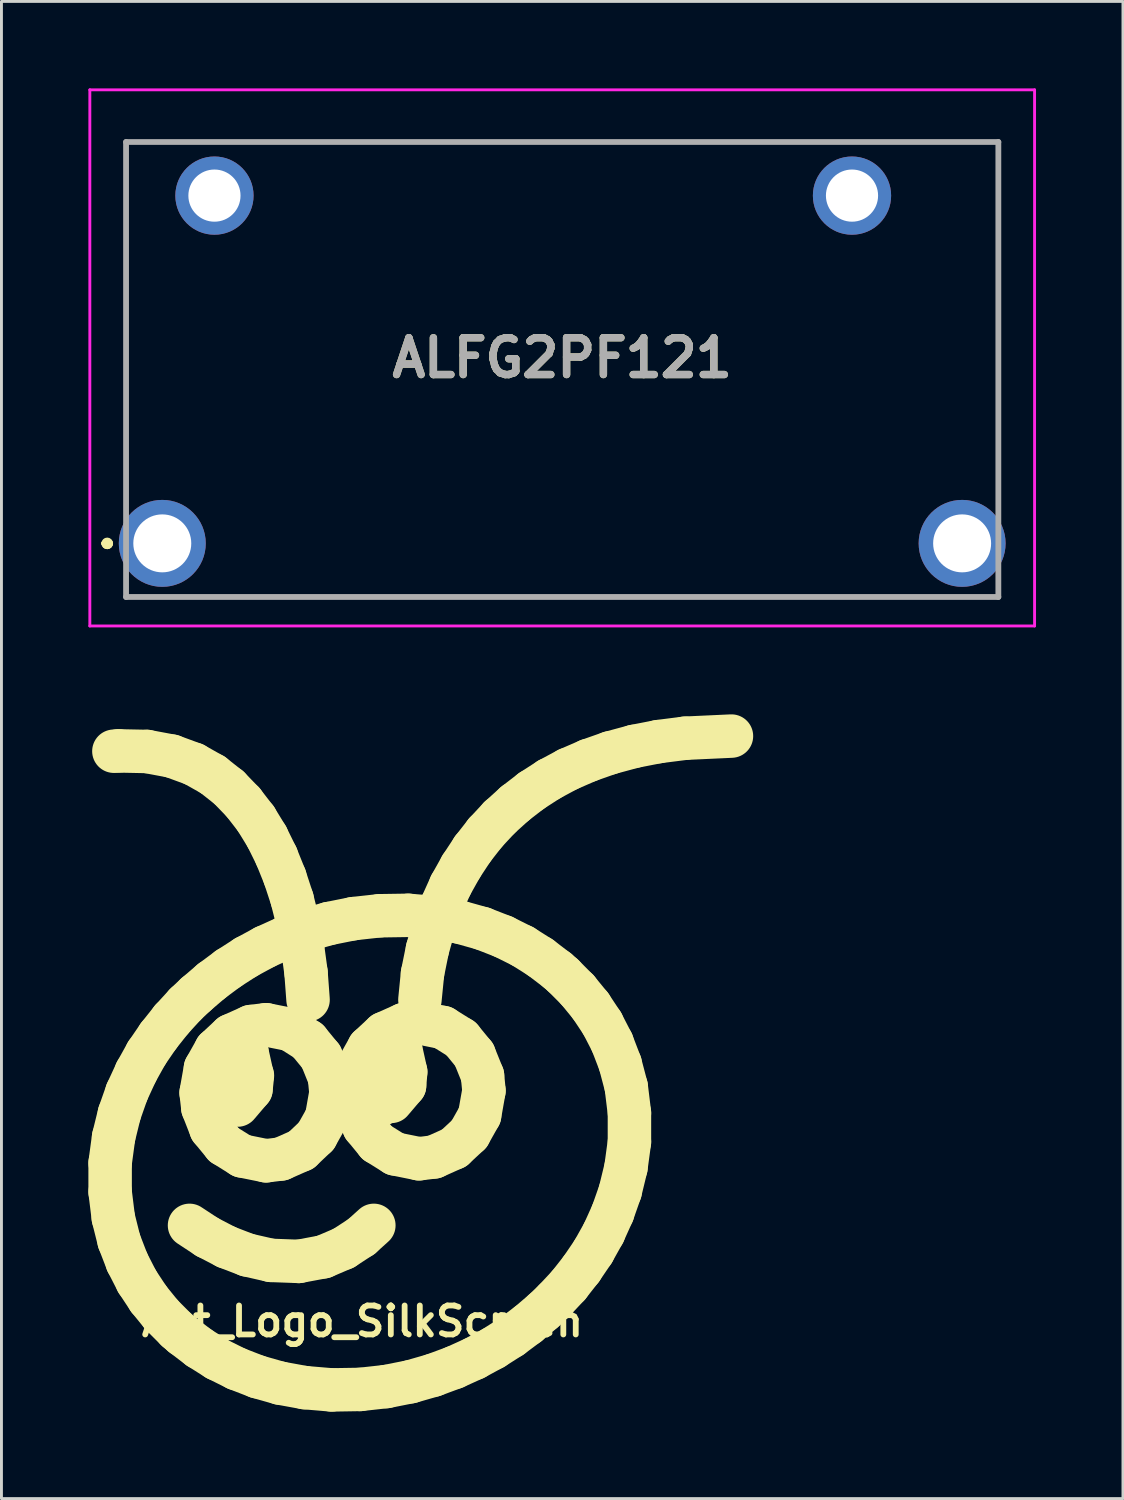
<source format=kicad_pcb>
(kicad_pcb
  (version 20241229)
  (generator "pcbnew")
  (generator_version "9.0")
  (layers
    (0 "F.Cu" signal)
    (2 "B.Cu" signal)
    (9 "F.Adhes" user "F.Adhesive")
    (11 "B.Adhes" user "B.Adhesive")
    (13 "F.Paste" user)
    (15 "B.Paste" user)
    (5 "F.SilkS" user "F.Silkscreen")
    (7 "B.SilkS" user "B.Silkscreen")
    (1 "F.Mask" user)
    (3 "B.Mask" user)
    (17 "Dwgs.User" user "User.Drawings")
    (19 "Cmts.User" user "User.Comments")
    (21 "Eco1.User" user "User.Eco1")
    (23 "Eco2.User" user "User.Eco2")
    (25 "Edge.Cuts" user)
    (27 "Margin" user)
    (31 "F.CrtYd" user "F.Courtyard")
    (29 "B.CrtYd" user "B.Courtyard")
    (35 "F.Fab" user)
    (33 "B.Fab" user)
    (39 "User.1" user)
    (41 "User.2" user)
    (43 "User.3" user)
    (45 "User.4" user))
  (footprint "ALFG2PF121"
    (layer "F.Cu")
    (at 2.55 15.7)
    (property "Reference" "ALFG2PF121" (at 13.8 -6.4 0) (layer "F.SilkS") (effects (font (size 1.27 1.27) (thickness 0.254))))
    (attr through_hole)
    (fp_line (start -2 0) (end -2 0) (stroke (width 0.2) (type solid)) (layer "F.SilkS"))
    (fp_line (start -2 0) (end -2 0) (stroke (width 0.2) (type solid)) (layer "F.SilkS"))
    (fp_line (start -1.8 0) (end -1.8 0) (stroke (width 0.2) (type solid)) (layer "F.SilkS"))
    (fp_line (start -1.25 -13.85) (end -1.25 -13.85) (stroke (width 0.1) (type solid)) (layer "F.SilkS"))
    (fp_line (start -1.25 -13.85) (end -1.25 -13.85) (stroke (width 0.1) (type solid)) (layer "F.SilkS"))
    (fp_line (start -1.25 -13.85) (end -1.25 -2.25) (stroke (width 0.1) (type solid)) (layer "F.SilkS"))
    (fp_line (start -1.25 -13.85) (end 28.8 -13.85) (stroke (width 0.1) (type solid)) (layer "F.SilkS"))
    (fp_line (start -1.25 -2.25) (end -1.25 -13.85) (stroke (width 0.1) (type solid)) (layer "F.SilkS"))
    (fp_line (start -1.25 -2.25) (end -1.25 -2.25) (stroke (width 0.1) (type solid)) (layer "F.SilkS"))
    (fp_line (start 2.3 1.85) (end 2.3 1.85) (stroke (width 0.1) (type solid)) (layer "F.SilkS"))
    (fp_line (start 2.3 1.85) (end 25.55 1.85) (stroke (width 0.1) (type solid)) (layer "F.SilkS"))
    (fp_line (start 25.55 1.85) (end 2.3 1.85) (stroke (width 0.1) (type solid)) (layer "F.SilkS"))
    (fp_line (start 25.55 1.85) (end 25.55 1.85) (stroke (width 0.1) (type solid)) (layer "F.SilkS"))
    (fp_line (start 28.8 -13.85) (end -1.25 -13.85) (stroke (width 0.1) (type solid)) (layer "F.SilkS"))
    (fp_line (start 28.8 -13.85) (end 28.8 -13.85) (stroke (width 0.1) (type solid)) (layer "F.SilkS"))
    (fp_line (start 28.85 -13.85) (end 28.85 -13.85) (stroke (width 0.1) (type solid)) (layer "F.SilkS"))
    (fp_line (start 28.85 -13.85) (end 28.85 -2.25) (stroke (width 0.1) (type solid)) (layer "F.SilkS"))
    (fp_line (start 28.85 -2.25) (end 28.85 -13.85) (stroke (width 0.1) (type solid)) (layer "F.SilkS"))
    (fp_line (start 28.85 -2.25) (end 28.85 -2.25) (stroke (width 0.1) (type solid)) (layer "F.SilkS"))
    (fp_arc (start -2 0) (mid -1.9 -0.1) (end -1.8 0) (stroke (width 0.2) (type solid)) (layer "F.SilkS"))
    (fp_arc (start -1.8 0) (mid -1.9 0.1) (end -2 0) (stroke (width 0.2) (type solid)) (layer "F.SilkS"))
    (fp_arc (start -1.8 0) (mid -1.9 0.1) (end -2 0) (stroke (width 0.2) (type solid)) (layer "F.SilkS"))
    (fp_line (start -2.5 -15.65) (end -2.5 2.85) (stroke (width 0.1) (type solid)) (layer "F.CrtYd"))
    (fp_line (start -2.5 2.85) (end 30.1 2.85) (stroke (width 0.1) (type solid)) (layer "F.CrtYd"))
    (fp_line (start 30.1 -15.65) (end -2.5 -15.65) (stroke (width 0.1) (type solid)) (layer "F.CrtYd"))
    (fp_line (start 30.1 2.85) (end 30.1 -15.65) (stroke (width 0.1) (type solid)) (layer "F.CrtYd"))
    (fp_line (start -1.25 -13.85) (end 28.85 -13.85) (stroke (width 0.2) (type solid)) (layer "F.Fab"))
    (fp_line (start -1.25 1.85) (end -1.25 -13.85) (stroke (width 0.2) (type solid)) (layer "F.Fab"))
    (fp_line (start 28.85 -13.85) (end 28.85 1.85) (stroke (width 0.2) (type solid)) (layer "F.Fab"))
    (fp_line (start 28.85 1.85) (end -1.25 1.85) (stroke (width 0.2) (type solid)) (layer "F.Fab"))
    (fp_text user "${REFERENCE}" (at 13.8 -6.4 0) (layer "F.Fab") (effects (font (size 1.27 1.27) (thickness 0.254))))
    (pad "1" thru_hole circle (at 0 0) (size 3 3) (drill 2) (layers "*.Cu" "*.Mask"))
    (pad "2" thru_hole circle (at 27.6 0) (size 3 3) (drill 2) (layers "*.Cu" "*.Mask"))
    (pad "3" thru_hole circle (at 23.8 -12) (size 2.7 2.7) (drill 1.8) (layers "*.Cu" "*.Mask"))
    (pad "4" thru_hole circle (at 1.8 -12) (size 2.7 2.7) (drill 1.8) (layers "*.Cu" "*.Mask")))
  (footprint "Ant_Logo_SilkScreen"
    (layer "F.Cu")
    (at 9.46 37.466)
    (property "Reference" "Ant_Logo_SilkScreen" (at 0 5.08 0) (layer "F.SilkS") (effects (font (size 1 1) (thickness 0.2))))
    (attr exclude_from_pos_files exclude_from_bom)
    (fp_line (start -8.71 -0.386) (end -8.59 -1.276) (stroke (width 1.5) (type solid)) (layer "F.SilkS"))
    (fp_line (start -8.71 0.614) (end -8.71 -0.386) (stroke (width 1.5) (type solid)) (layer "F.SilkS"))
    (fp_line (start -8.6 1.509) (end -8.71 0.614) (stroke (width 1.5) (type solid)) (layer "F.SilkS"))
    (fp_line (start -8.59 -1.276) (end -8.39 -2.089) (stroke (width 1.5) (type solid)) (layer "F.SilkS"))
    (fp_line (start -8.42 -14.605) (end -8.58 -14.594) (stroke (width 1.5) (type solid)) (layer "F.SilkS"))
    (fp_line (start -8.4 2.308) (end -8.6 1.509) (stroke (width 1.5) (type solid)) (layer "F.SilkS"))
    (fp_line (start -8.39 -2.089) (end -8.13 -2.83) (stroke (width 1.5) (type solid)) (layer "F.SilkS"))
    (fp_line (start -8.13 -2.83) (end -7.81 -3.525) (stroke (width 1.5) (type solid)) (layer "F.SilkS"))
    (fp_line (start -8.12 3.035) (end -8.4 2.308) (stroke (width 1.5) (type solid)) (layer "F.SilkS"))
    (fp_line (start -7.81 -3.525) (end -7.45 -4.172) (stroke (width 1.5) (type solid)) (layer "F.SilkS"))
    (fp_line (start -7.78 3.699) (end -8.12 3.035) (stroke (width 1.5) (type solid)) (layer "F.SilkS"))
    (fp_line (start -7.45 -4.172) (end -7.04 -4.77) (stroke (width 1.5) (type solid)) (layer "F.SilkS"))
    (fp_line (start -7.44 -14.585) (end -8.42 -14.605) (stroke (width 1.5) (type solid)) (layer "F.SilkS"))
    (fp_line (start -7.38 4.305) (end -7.78 3.699) (stroke (width 1.5) (type solid)) (layer "F.SilkS"))
    (fp_line (start -7.04 -4.77) (end -6.59 -5.337) (stroke (width 1.5) (type solid)) (layer "F.SilkS"))
    (fp_line (start -6.93 4.86) (end -7.38 4.305) (stroke (width 1.5) (type solid)) (layer "F.SilkS"))
    (fp_line (start -6.59 -5.337) (end -6.11 -5.861) (stroke (width 1.5) (type solid)) (layer "F.SilkS"))
    (fp_line (start -6.58 -14.424) (end -7.44 -14.585) (stroke (width 1.5) (type solid)) (layer "F.SilkS"))
    (fp_line (start -6.42 5.37) (end -6.93 4.86) (stroke (width 1.5) (type solid)) (layer "F.SilkS"))
    (fp_line (start -6.21 5.552) (end -6.42 5.37) (stroke (width 1.5) (type solid)) (layer "F.SilkS"))
    (fp_line (start -6.11 -5.861) (end -5.75 -6.2) (stroke (width 1.5) (type solid)) (layer "F.SilkS"))
    (fp_line (start -5.97 1.768) (end -5.36 2.169) (stroke (width 1.5) (type solid)) (layer "F.SilkS"))
    (fp_line (start -5.82 -14.145) (end -6.58 -14.424) (stroke (width 1.5) (type solid)) (layer "F.SilkS"))
    (fp_line (start -5.75 -6.2) (end -5.21 -6.662) (stroke (width 1.5) (type solid)) (layer "F.SilkS"))
    (fp_line (start -5.64 5.987) (end -6.21 5.552) (stroke (width 1.5) (type solid)) (layer "F.SilkS"))
    (fp_line (start -5.57 -2.808) (end -5.42 -3.657) (stroke (width 1.5) (type solid)) (layer "F.SilkS"))
    (fp_line (start -5.51 -2.282) (end -5.57 -2.808) (stroke (width 1.5) (type solid)) (layer "F.SilkS"))
    (fp_line (start -5.42 -3.657) (end -5.06 -4.299) (stroke (width 1.5) (type solid)) (layer "F.SilkS"))
    (fp_line (start -5.36 2.169) (end -4.7 2.512) (stroke (width 1.5) (type solid)) (layer "F.SilkS"))
    (fp_line (start -5.23 -1.563) (end -5.51 -2.282) (stroke (width 1.5) (type solid)) (layer "F.SilkS"))
    (fp_line (start -5.21 -6.662) (end -4.63 -7.093) (stroke (width 1.5) (type solid)) (layer "F.SilkS"))
    (fp_line (start -5.17 -13.779) (end -5.82 -14.145) (stroke (width 1.5) (type solid)) (layer "F.SilkS"))
    (fp_line (start -5.06 -4.299) (end -4.54 -4.783) (stroke (width 1.5) (type solid)) (layer "F.SilkS"))
    (fp_line (start -5.02 6.378) (end -5.64 5.987) (stroke (width 1.5) (type solid)) (layer "F.SilkS"))
    (fp_line (start -4.78 -1.015) (end -5.23 -1.563) (stroke (width 1.5) (type solid)) (layer "F.SilkS"))
    (fp_line (start -4.73 -4.312) (end -4.73 -2.278) (stroke (width 1.5) (type solid)) (layer "F.SilkS"))
    (fp_line (start -4.7 2.512) (end -3.98 2.789) (stroke (width 1.5) (type solid)) (layer "F.SilkS"))
    (fp_line (start -4.63 -7.093) (end -4.02 -7.485) (stroke (width 1.5) (type solid)) (layer "F.SilkS"))
    (fp_line (start -4.61 -13.337) (end -5.17 -13.779) (stroke (width 1.5) (type solid)) (layer "F.SilkS"))
    (fp_line (start -4.54 -4.783) (end -3.85 -5.093) (stroke (width 1.5) (type solid)) (layer "F.SilkS"))
    (fp_line (start -4.35 6.711) (end -5.02 6.378) (stroke (width 1.5) (type solid)) (layer "F.SilkS"))
    (fp_line (start -4.31 -2.384) (end -3.85 -2.925) (stroke (width 1.5) (type solid)) (layer "F.SilkS"))
    (fp_line (start -4.16 -0.628) (end -4.78 -1.015) (stroke (width 1.5) (type solid)) (layer "F.SilkS"))
    (fp_line (start -4.12 -12.829) (end -4.61 -13.337) (stroke (width 1.5) (type solid)) (layer "F.SilkS"))
    (fp_line (start -4.02 -7.485) (end -3.37 -7.838) (stroke (width 1.5) (type solid)) (layer "F.SilkS"))
    (fp_line (start -3.99 -4.213) (end -4.31 -4.419) (stroke (width 1.5) (type solid)) (layer "F.SilkS"))
    (fp_line (start -3.98 2.789) (end -3.16 2.976) (stroke (width 1.5) (type solid)) (layer "F.SilkS"))
    (fp_line (start -3.85 -5.093) (end -3.33 -5.156) (stroke (width 1.5) (type solid)) (layer "F.SilkS"))
    (fp_line (start -3.85 -2.925) (end -3.8 -3.401) (stroke (width 1.5) (type solid)) (layer "F.SilkS"))
    (fp_line (start -3.81 -3.401) (end -3.99 -4.213) (stroke (width 1.5) (type solid)) (layer "F.SilkS"))
    (fp_line (start -3.68 -12.261) (end -4.12 -12.829) (stroke (width 1.5) (type solid)) (layer "F.SilkS"))
    (fp_line (start -3.63 6.99) (end -4.35 6.711) (stroke (width 1.5) (type solid)) (layer "F.SilkS"))
    (fp_line (start -3.37 -7.838) (end -2.67 -8.156) (stroke (width 1.5) (type solid)) (layer "F.SilkS"))
    (fp_line (start -3.33 -5.156) (end -2.49 -4.988) (stroke (width 1.5) (type solid)) (layer "F.SilkS"))
    (fp_line (start -3.33 -0.46) (end -4.16 -0.628) (stroke (width 1.5) (type solid)) (layer "F.SilkS"))
    (fp_line (start -3.3 -11.64) (end -3.68 -12.261) (stroke (width 1.5) (type solid)) (layer "F.SilkS"))
    (fp_line (start -3.16 2.976) (end -2.2 3.011) (stroke (width 1.5) (type solid)) (layer "F.SilkS"))
    (fp_line (start -2.97 -10.97) (end -3.3 -11.64) (stroke (width 1.5) (type solid)) (layer "F.SilkS"))
    (fp_line (start -2.85 7.211) (end -3.63 6.99) (stroke (width 1.5) (type solid)) (layer "F.SilkS"))
    (fp_line (start -2.81 -0.524) (end -3.33 -0.46) (stroke (width 1.5) (type solid)) (layer "F.SilkS"))
    (fp_line (start -2.68 -10.25) (end -2.97 -10.97) (stroke (width 1.5) (type solid)) (layer "F.SilkS"))
    (fp_line (start -2.67 -8.156) (end -1.94 -8.426) (stroke (width 1.5) (type solid)) (layer "F.SilkS"))
    (fp_line (start -2.49 -4.988) (end -1.88 -4.601) (stroke (width 1.5) (type solid)) (layer "F.SilkS"))
    (fp_line (start -2.43 -9.486) (end -2.68 -10.25) (stroke (width 1.5) (type solid)) (layer "F.SilkS"))
    (fp_line (start -2.23 -8.683) (end -2.43 -9.486) (stroke (width 1.5) (type solid)) (layer "F.SilkS"))
    (fp_line (start -2.2 3.011) (end -1.35 2.852) (stroke (width 1.5) (type solid)) (layer "F.SilkS"))
    (fp_line (start -2.11 -0.833) (end -2.81 -0.524) (stroke (width 1.5) (type solid)) (layer "F.SilkS"))
    (fp_line (start -2.07 -7.838) (end -2.23 -8.683) (stroke (width 1.5) (type solid)) (layer "F.SilkS"))
    (fp_line (start -2 7.366) (end -2.85 7.211) (stroke (width 1.5) (type solid)) (layer "F.SilkS"))
    (fp_line (start -1.95 -6.955) (end -2.07 -7.838) (stroke (width 1.5) (type solid)) (layer "F.SilkS"))
    (fp_line (start -1.94 -8.426) (end -1.16 -8.648) (stroke (width 1.5) (type solid)) (layer "F.SilkS"))
    (fp_line (start -1.88 -6.017) (end -1.95 -6.955) (stroke (width 1.5) (type solid)) (layer "F.SilkS"))
    (fp_line (start -1.88 -4.601) (end -1.43 -4.052) (stroke (width 1.5) (type solid)) (layer "F.SilkS"))
    (fp_line (start -1.6 -1.317) (end -2.11 -0.833) (stroke (width 1.5) (type solid)) (layer "F.SilkS"))
    (fp_line (start -1.43 -4.052) (end -1.14 -3.332) (stroke (width 1.5) (type solid)) (layer "F.SilkS"))
    (fp_line (start -1.35 2.852) (end -0.65 2.553) (stroke (width 1.5) (type solid)) (layer "F.SilkS"))
    (fp_line (start -1.24 -1.958) (end -1.6 -1.317) (stroke (width 1.5) (type solid)) (layer "F.SilkS"))
    (fp_line (start -1.16 -8.648) (end -0.32 -8.816) (stroke (width 1.5) (type solid)) (layer "F.SilkS"))
    (fp_line (start -1.14 -3.332) (end -1.09 -2.808) (stroke (width 1.5) (type solid)) (layer "F.SilkS"))
    (fp_line (start -1.09 -2.808) (end -1.24 -1.958) (stroke (width 1.5) (type solid)) (layer "F.SilkS"))
    (fp_line (start -1.07 7.445) (end -2 7.366) (stroke (width 1.5) (type solid)) (layer "F.SilkS"))
    (fp_line (start -0.65 2.553) (end -0.04 2.155) (stroke (width 1.5) (type solid)) (layer "F.SilkS"))
    (fp_line (start -0.32 -8.816) (end 0.59 -8.916) (stroke (width 1.5) (type solid)) (layer "F.SilkS"))
    (fp_line (start -0.29 -2.878) (end -0.14 -3.727) (stroke (width 1.5) (type solid)) (layer "F.SilkS"))
    (fp_line (start -0.24 -2.352) (end -0.29 -2.878) (stroke (width 1.5) (type solid)) (layer "F.SilkS"))
    (fp_line (start -0.14 -3.727) (end 0.22 -4.369) (stroke (width 1.5) (type solid)) (layer "F.SilkS"))
    (fp_line (start -0.08 7.429) (end -1.07 7.445) (stroke (width 1.5) (type solid)) (layer "F.SilkS"))
    (fp_line (start -0.04 2.155) (end 0.39 1.768) (stroke (width 1.5) (type solid)) (layer "F.SilkS"))
    (fp_line (start 0.05 -1.633) (end -0.24 -2.352) (stroke (width 1.5) (type solid)) (layer "F.SilkS"))
    (fp_line (start 0.22 -4.369) (end 0.74 -4.853) (stroke (width 1.5) (type solid)) (layer "F.SilkS"))
    (fp_line (start 0.5 -1.085) (end 0.05 -1.633) (stroke (width 1.5) (type solid)) (layer "F.SilkS"))
    (fp_line (start 0.59 -8.916) (end 1.58 -8.931) (stroke (width 1.5) (type solid)) (layer "F.SilkS"))
    (fp_line (start 0.59 -4.412) (end 0.59 -2.378) (stroke (width 1.5) (type solid)) (layer "F.SilkS"))
    (fp_line (start 0.74 -4.853) (end 1.43 -5.162) (stroke (width 1.5) (type solid)) (layer "F.SilkS"))
    (fp_line (start 0.82 7.329) (end -0.08 7.429) (stroke (width 1.5) (type solid)) (layer "F.SilkS"))
    (fp_line (start 0.99 -2.51) (end 1.45 -3.051) (stroke (width 1.5) (type solid)) (layer "F.SilkS"))
    (fp_line (start 1.12 -0.698) (end 0.5 -1.085) (stroke (width 1.5) (type solid)) (layer "F.SilkS"))
    (fp_line (start 1.31 -4.339) (end 0.99 -4.545) (stroke (width 1.5) (type solid)) (layer "F.SilkS"))
    (fp_line (start 1.43 -5.162) (end 1.95 -5.226) (stroke (width 1.5) (type solid)) (layer "F.SilkS"))
    (fp_line (start 1.45 -3.051) (end 1.49 -3.528) (stroke (width 1.5) (type solid)) (layer "F.SilkS"))
    (fp_line (start 1.49 -3.528) (end 1.31 -4.339) (stroke (width 1.5) (type solid)) (layer "F.SilkS"))
    (fp_line (start 1.58 -8.931) (end 2.51 -8.852) (stroke (width 1.5) (type solid)) (layer "F.SilkS"))
    (fp_line (start 1.66 7.162) (end 0.82 7.329) (stroke (width 1.5) (type solid)) (layer "F.SilkS"))
    (fp_line (start 1.95 -5.226) (end 2.78 -5.058) (stroke (width 1.5) (type solid)) (layer "F.SilkS"))
    (fp_line (start 1.95 -0.53) (end 1.12 -0.698) (stroke (width 1.5) (type solid)) (layer "F.SilkS"))
    (fp_line (start 1.98 -6.017) (end 2.07 -6.925) (stroke (width 1.5) (type solid)) (layer "F.SilkS"))
    (fp_line (start 2.07 -6.925) (end 2.24 -7.762) (stroke (width 1.5) (type solid)) (layer "F.SilkS"))
    (fp_line (start 2.24 -7.762) (end 2.46 -8.544) (stroke (width 1.5) (type solid)) (layer "F.SilkS"))
    (fp_line (start 2.44 6.938) (end 1.66 7.162) (stroke (width 1.5) (type solid)) (layer "F.SilkS"))
    (fp_line (start 2.46 -8.544) (end 2.73 -9.278) (stroke (width 1.5) (type solid)) (layer "F.SilkS"))
    (fp_line (start 2.47 -0.594) (end 1.95 -0.53) (stroke (width 1.5) (type solid)) (layer "F.SilkS"))
    (fp_line (start 2.51 -8.852) (end 3.35 -8.696) (stroke (width 1.5) (type solid)) (layer "F.SilkS"))
    (fp_line (start 2.73 -9.278) (end 3.04 -9.967) (stroke (width 1.5) (type solid)) (layer "F.SilkS"))
    (fp_line (start 2.78 -5.058) (end 3.4 -4.671) (stroke (width 1.5) (type solid)) (layer "F.SilkS"))
    (fp_line (start 3.04 -9.967) (end 3.4 -10.611) (stroke (width 1.5) (type solid)) (layer "F.SilkS"))
    (fp_line (start 3.16 -0.903) (end 2.47 -0.594) (stroke (width 1.5) (type solid)) (layer "F.SilkS"))
    (fp_line (start 3.17 6.668) (end 2.44 6.938) (stroke (width 1.5) (type solid)) (layer "F.SilkS"))
    (fp_line (start 3.35 -8.696) (end 4.14 -8.475) (stroke (width 1.5) (type solid)) (layer "F.SilkS"))
    (fp_line (start 3.4 -10.611) (end 3.8 -11.219) (stroke (width 1.5) (type solid)) (layer "F.SilkS"))
    (fp_line (start 3.4 -4.671) (end 3.85 -4.122) (stroke (width 1.5) (type solid)) (layer "F.SilkS"))
    (fp_line (start 3.68 -1.387) (end 3.16 -0.903) (stroke (width 1.5) (type solid)) (layer "F.SilkS"))
    (fp_line (start 3.8 -11.219) (end 4.24 -11.781) (stroke (width 1.5) (type solid)) (layer "F.SilkS"))
    (fp_line (start 3.85 -4.122) (end 4.14 -3.402) (stroke (width 1.5) (type solid)) (layer "F.SilkS"))
    (fp_line (start 3.86 6.355) (end 3.17 6.668) (stroke (width 1.5) (type solid)) (layer "F.SilkS"))
    (fp_line (start 4.04 -2.028) (end 3.68 -1.387) (stroke (width 1.5) (type solid)) (layer "F.SilkS"))
    (fp_line (start 4.14 -8.475) (end 4.86 -8.194) (stroke (width 1.5) (type solid)) (layer "F.SilkS"))
    (fp_line (start 4.14 -3.402) (end 4.19 -2.878) (stroke (width 1.5) (type solid)) (layer "F.SilkS"))
    (fp_line (start 4.19 -2.878) (end 4.04 -2.028) (stroke (width 1.5) (type solid)) (layer "F.SilkS"))
    (fp_line (start 4.24 -11.781) (end 4.73 -12.307) (stroke (width 1.5) (type solid)) (layer "F.SilkS"))
    (fp_line (start 4.51 6.002) (end 3.86 6.355) (stroke (width 1.5) (type solid)) (layer "F.SilkS"))
    (fp_line (start 4.73 -12.307) (end 5.26 -12.786) (stroke (width 1.5) (type solid)) (layer "F.SilkS"))
    (fp_line (start 4.86 -8.194) (end 5.53 -7.86) (stroke (width 1.5) (type solid)) (layer "F.SilkS"))
    (fp_line (start 5.13 5.607) (end 4.51 6.002) (stroke (width 1.5) (type solid)) (layer "F.SilkS"))
    (fp_line (start 5.26 -12.786) (end 5.83 -13.226) (stroke (width 1.5) (type solid)) (layer "F.SilkS"))
    (fp_line (start 5.53 -7.86) (end 6.14 -7.474) (stroke (width 1.5) (type solid)) (layer "F.SilkS"))
    (fp_line (start 5.71 5.175) (end 5.13 5.607) (stroke (width 1.5) (type solid)) (layer "F.SilkS"))
    (fp_line (start 5.83 -13.226) (end 6.44 -13.62) (stroke (width 1.5) (type solid)) (layer "F.SilkS"))
    (fp_line (start 6.14 -7.474) (end 6.72 -7.032) (stroke (width 1.5) (type solid)) (layer "F.SilkS"))
    (fp_line (start 6.25 4.713) (end 5.71 5.175) (stroke (width 1.5) (type solid)) (layer "F.SilkS"))
    (fp_line (start 6.44 -13.62) (end 7.09 -13.969) (stroke (width 1.5) (type solid)) (layer "F.SilkS"))
    (fp_line (start 6.62 4.357) (end 6.25 4.713) (stroke (width 1.5) (type solid)) (layer "F.SilkS"))
    (fp_line (start 6.72 -7.032) (end 6.92 -6.856) (stroke (width 1.5) (type solid)) (layer "F.SilkS"))
    (fp_line (start 6.92 -6.856) (end 7.42 -6.354) (stroke (width 1.5) (type solid)) (layer "F.SilkS"))
    (fp_line (start 7.09 -13.969) (end 7.8 -14.277) (stroke (width 1.5) (type solid)) (layer "F.SilkS"))
    (fp_line (start 7.11 3.833) (end 6.62 4.357) (stroke (width 1.5) (type solid)) (layer "F.SilkS"))
    (fp_line (start 7.42 -6.354) (end 7.87 -5.804) (stroke (width 1.5) (type solid)) (layer "F.SilkS"))
    (fp_line (start 7.55 3.273) (end 7.11 3.833) (stroke (width 1.5) (type solid)) (layer "F.SilkS"))
    (fp_line (start 7.8 -14.277) (end 8.54 -14.537) (stroke (width 1.5) (type solid)) (layer "F.SilkS"))
    (fp_line (start 7.87 -5.804) (end 8.27 -5.201) (stroke (width 1.5) (type solid)) (layer "F.SilkS"))
    (fp_line (start 7.96 2.669) (end 7.55 3.273) (stroke (width 1.5) (type solid)) (layer "F.SilkS"))
    (fp_line (start 8.27 -5.201) (end 8.61 -4.541) (stroke (width 1.5) (type solid)) (layer "F.SilkS"))
    (fp_line (start 8.32 2.026) (end 7.96 2.669) (stroke (width 1.5) (type solid)) (layer "F.SilkS"))
    (fp_line (start 8.54 -14.537) (end 9.37 -14.761) (stroke (width 1.5) (type solid)) (layer "F.SilkS"))
    (fp_line (start 8.61 -4.541) (end 8.89 -3.81) (stroke (width 1.5) (type solid)) (layer "F.SilkS"))
    (fp_line (start 8.63 1.338) (end 8.32 2.026) (stroke (width 1.5) (type solid)) (layer "F.SilkS"))
    (fp_line (start 8.89 -3.81) (end 9.1 -3.013) (stroke (width 1.5) (type solid)) (layer "F.SilkS"))
    (fp_line (start 8.89 0.597) (end 8.63 1.338) (stroke (width 1.5) (type solid)) (layer "F.SilkS"))
    (fp_line (start 9.09 -0.226) (end 8.89 0.597) (stroke (width 1.5) (type solid)) (layer "F.SilkS"))
    (fp_line (start 9.1 -3.013) (end 9.21 -2.113) (stroke (width 1.5) (type solid)) (layer "F.SilkS"))
    (fp_line (start 9.21 -2.113) (end 9.21 -1.112) (stroke (width 1.5) (type solid)) (layer "F.SilkS"))
    (fp_line (start 9.21 -1.112) (end 9.09 -0.226) (stroke (width 1.5) (type solid)) (layer "F.SilkS"))
    (fp_line (start 9.37 -14.761) (end 10.21 -14.925) (stroke (width 1.5) (type solid)) (layer "F.SilkS"))
    (fp_line (start 10.21 -14.925) (end 11.13 -15.042) (stroke (width 1.5) (type solid)) (layer "F.SilkS"))
    (fp_line (start 11.13 -15.042) (end 12.73 -15.116) (stroke (width 1.5) (type solid)) (layer "F.SilkS")))
  (gr_rect
    (start -3 -3)
    (end 35.7 48.661)
    (stroke (width 0.1) (type default))
    (fill no)
    (layer "Edge.Cuts")))
</source>
